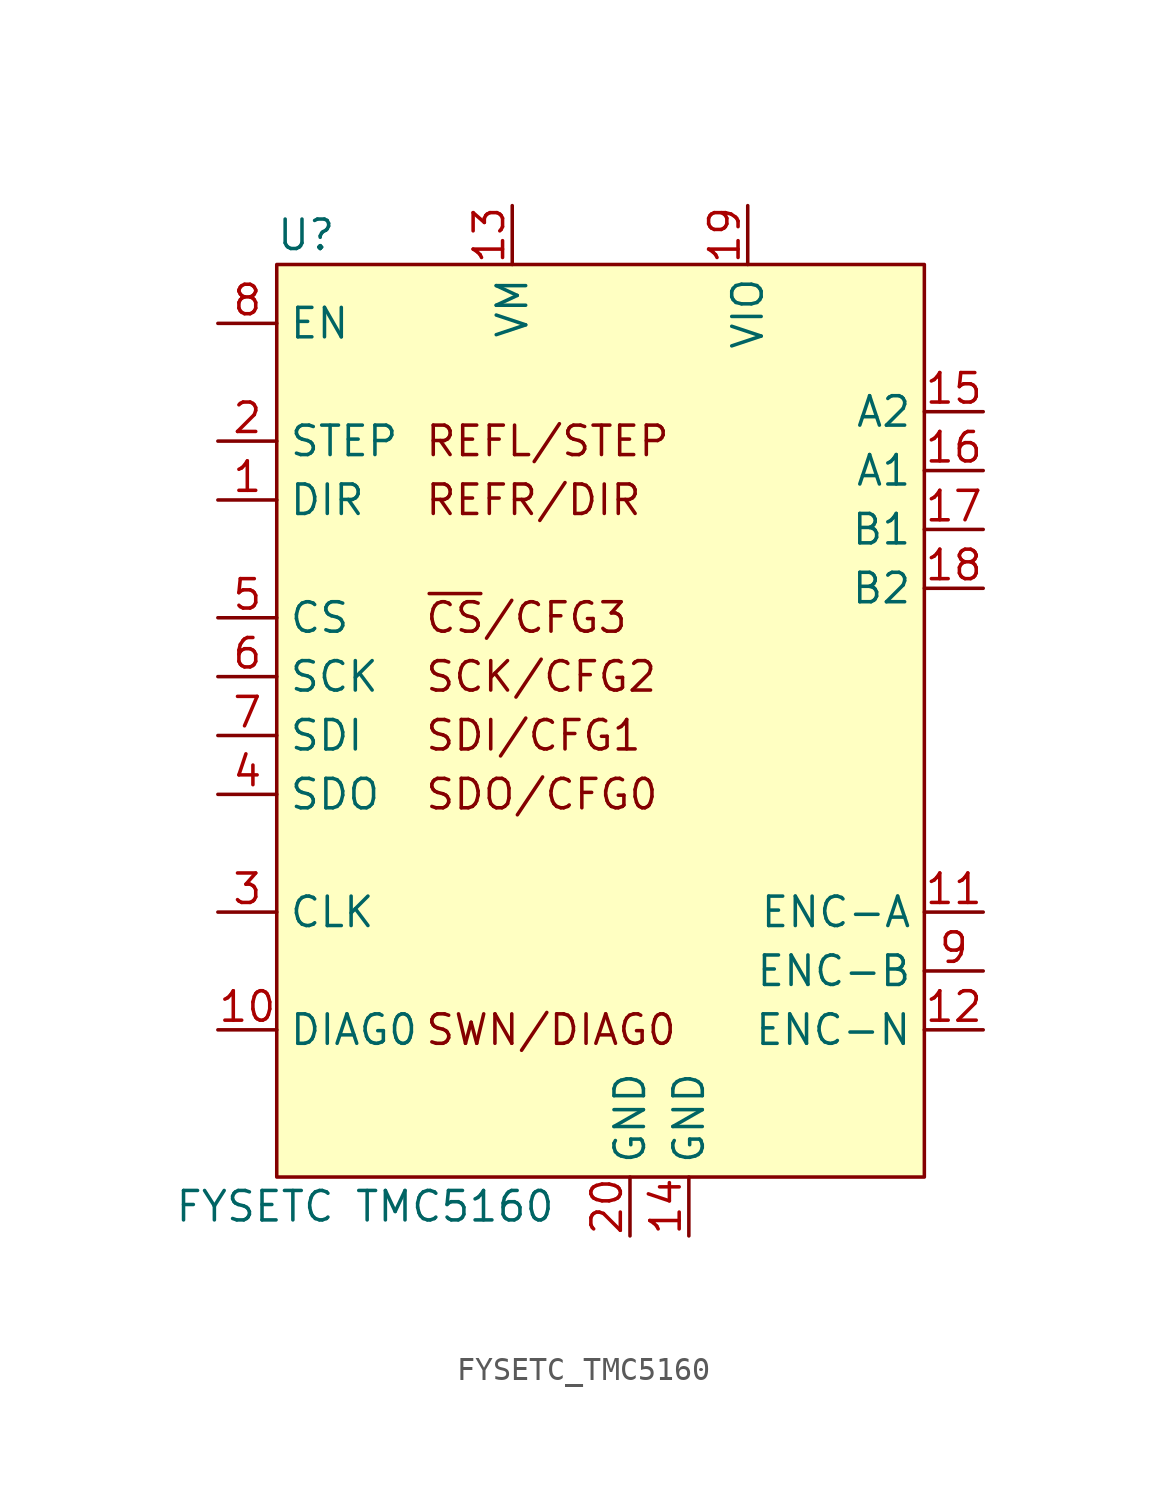
<source format=kicad_sym>
(kicad_symbol_lib
  (version 20220914)
  (generator kicad_symbol_editor)
  (symbol "FYSETC_TMC5160"
    (property "Reference" "U"
      (at -13.97 6.35 0)
      (do_not_autoplace)
      (effects (font (size 1.27 1.27))))
    (property "Value" "FYSETC TMC5160"
      (at -11.43 -35.56 0)
      (do_not_autoplace)
      (effects (font (size 1.27 1.27))))
    (symbol "FYSETC_TMC5160_0_0"
      (pin unspecified line (at -17.78 -5.08 0) (length 2.54) (name "DIR" (effects (font (size 1.27 1.27)))) (number "1" (effects (font (size 1.27 1.27)))))
      (pin unspecified line (at -17.78 -27.94 0) (length 2.54) (name "DIAG0" (effects (font (size 1.27 1.27)))) (number "10" (effects (font (size 1.27 1.27)))))
      (pin input line (at 15.24 -22.86 180) (length 2.54) (name "ENC-A" (effects (font (size 1.27 1.27)))) (number "11" (effects (font (size 1.27 1.27)))))
      (pin input line (at 15.24 -27.94 180) (length 2.54) (name "ENC-N" (effects (font (size 1.27 1.27)))) (number "12" (effects (font (size 1.27 1.27)))))
      (pin power_in line (at -5.08 7.62 270) (length 2.54) (name "VM" (effects (font (size 1.27 1.27)))) (number "13" (effects (font (size 1.27 1.27)))))
      (pin power_in line (at 2.54 -36.83 90) (length 2.54) (name "GND" (effects (font (size 1.27 1.27)))) (number "14" (effects (font (size 1.27 1.27)))))
      (pin power_out line (at 15.24 -1.27 180) (length 2.54) (name "A2" (effects (font (size 1.27 1.27)))) (number "15" (effects (font (size 1.27 1.27)))))
      (pin power_out line (at 15.24 -3.81 180) (length 2.54) (name "A1" (effects (font (size 1.27 1.27)))) (number "16" (effects (font (size 1.27 1.27)))))
      (pin power_out line (at 15.24 -6.35 180) (length 2.54) (name "B1" (effects (font (size 1.27 1.27)))) (number "17" (effects (font (size 1.27 1.27)))))
      (pin power_out line (at 15.24 -8.89 180) (length 2.54) (name "B2" (effects (font (size 1.27 1.27)))) (number "18" (effects (font (size 1.27 1.27)))))
      (pin power_in line (at 5.08 7.62 270) (length 2.54) (name "VIO" (effects (font (size 1.27 1.27)))) (number "19" (effects (font (size 1.27 1.27)))))
      (pin unspecified line (at -17.78 -2.54 0) (length 2.54) (name "STEP" (effects (font (size 1.27 1.27)))) (number "2" (effects (font (size 1.27 1.27)))))
      (pin power_in line (at 0 -36.83 90) (length 2.54) (name "GND" (effects (font (size 1.27 1.27)))) (number "20" (effects (font (size 1.27 1.27)))))
      (pin input line (at -17.78 -22.86 0) (length 2.54) (name "CLK" (effects (font (size 1.27 1.27)))) (number "3" (effects (font (size 1.27 1.27)))))
      (pin output line (at -17.78 -17.78 0) (length 2.54) (name "SDO" (effects (font (size 1.27 1.27)))) (number "4" (effects (font (size 1.27 1.27)))))
      (pin input line (at -17.78 -10.16 0) (length 2.54) (name "CS" (effects (font (size 1.27 1.27)))) (number "5" (effects (font (size 1.27 1.27)))))
      (pin unspecified line (at -17.78 -12.7 0) (length 2.54) (name "SCK" (effects (font (size 1.27 1.27)))) (number "6" (effects (font (size 1.27 1.27)))))
      (pin input line (at -17.78 -15.24 0) (length 2.54) (name "SDI" (effects (font (size 1.27 1.27)))) (number "7" (effects (font (size 1.27 1.27)))))
      (pin input line (at -17.78 2.54 0) (length 2.54) (name "EN" (effects (font (size 1.27 1.27)))) (number "8" (effects (font (size 1.27 1.27)))))
      (pin input line (at 15.24 -25.4 180) (length 2.54) (name "ENC-B" (effects (font (size 1.27 1.27)))) (number "9" (effects (font (size 1.27 1.27))))))
    (symbol "FYSETC_TMC5160_1_1"
      (rectangle (start -15.24 5.08) (end 12.7 -34.29) (stroke (width 0) (type default)) (fill (type background)))
      (text "REFL/STEP" (at -8.89 -2.54 0) (effects (font (size 1.27 1.27)) (justify left)))
      (text "REFR/DIR" (at -8.89 -5.08 0) (effects (font (size 1.27 1.27)) (justify left)))
      (text "SCK/CFG2" (at -8.89 -12.7 0) (effects (font (size 1.27 1.27)) (justify left)))
      (text "SDI/CFG1" (at -8.89 -15.24 0) (effects (font (size 1.27 1.27)) (justify left)))
      (text "SDO/CFG0" (at -8.89 -17.78 0) (effects (font (size 1.27 1.27)) (justify left)))
      (text "SWN/DIAG0" (at -8.89 -27.94 0) (effects (font (size 1.27 1.27)) (justify left)))
      (text "~{CS}/CFG3" (at -8.89 -10.16 0) (effects (font (size 1.27 1.27)) (justify left))))))
</source>
